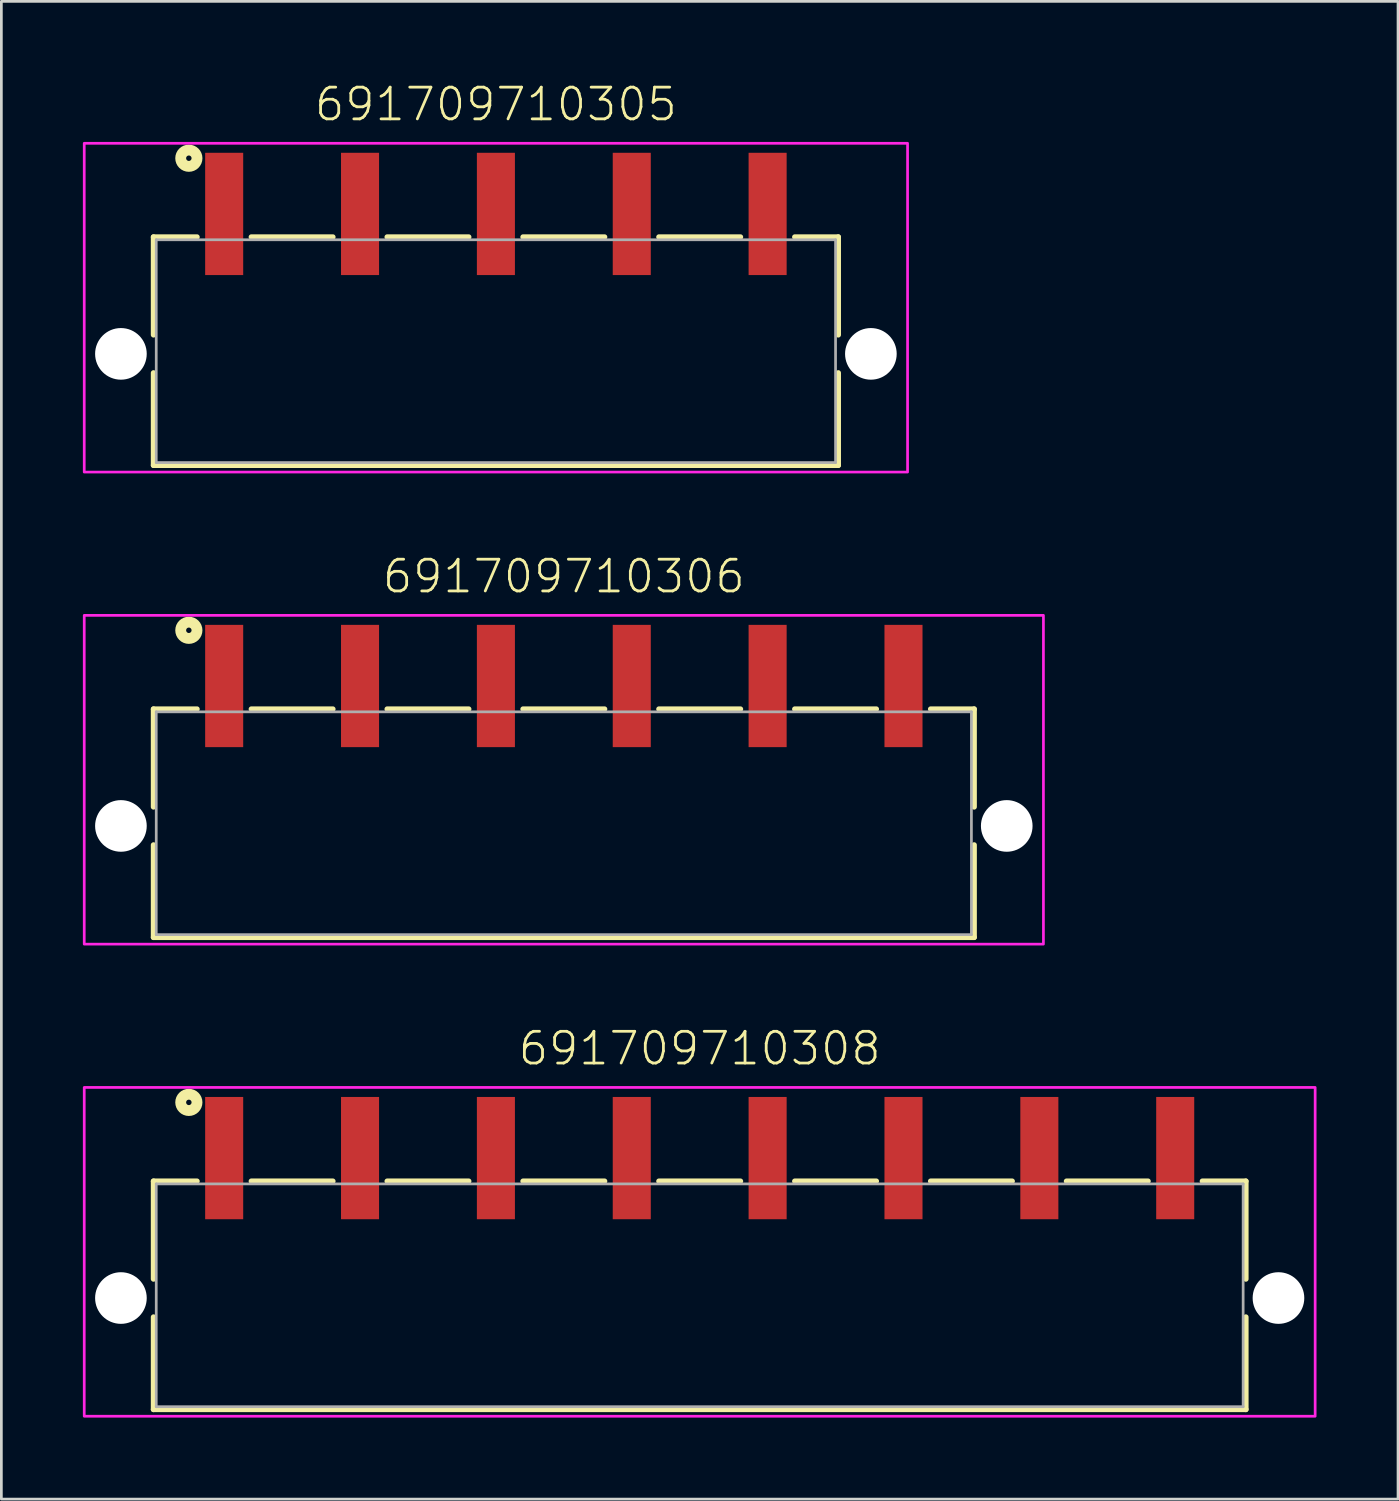
<source format=kicad_pcb>
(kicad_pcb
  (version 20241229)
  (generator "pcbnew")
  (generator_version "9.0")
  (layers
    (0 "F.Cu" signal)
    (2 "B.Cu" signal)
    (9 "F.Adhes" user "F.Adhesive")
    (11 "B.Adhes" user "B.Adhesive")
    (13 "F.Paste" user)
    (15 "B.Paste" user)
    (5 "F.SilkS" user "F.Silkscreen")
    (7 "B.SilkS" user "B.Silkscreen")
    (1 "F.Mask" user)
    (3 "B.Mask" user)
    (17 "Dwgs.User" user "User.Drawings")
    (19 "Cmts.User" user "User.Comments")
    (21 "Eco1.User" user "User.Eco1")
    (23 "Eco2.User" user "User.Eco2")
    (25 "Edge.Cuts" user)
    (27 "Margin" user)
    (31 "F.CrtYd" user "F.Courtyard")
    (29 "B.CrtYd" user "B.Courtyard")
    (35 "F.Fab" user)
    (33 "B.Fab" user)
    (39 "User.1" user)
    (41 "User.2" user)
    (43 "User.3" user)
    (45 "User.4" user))
  (footprint "691709710308"
    (layer "F.Cu")
    (at 22.7 44.72)
    (property "Reference" "691709710308" (at 0 -8.5 0) (unlocked yes) (layer "F.SilkS") (effects (font (size 1.168 1.168) (thickness 0.102)) (justify bottom)))
    (fp_line (start -20.1 -4.3) (end -20.1 -0.7) (stroke (width 0.2) (type solid)) (layer "F.SilkS"))
    (fp_line (start -20.1 0.7) (end -20.1 4.1) (stroke (width 0.2) (type solid)) (layer "F.SilkS"))
    (fp_line (start -20.1 4.1) (end 20.1 4.1) (stroke (width 0.2) (type solid)) (layer "F.SilkS"))
    (fp_line (start -18.5 -4.3) (end -20.1 -4.3) (stroke (width 0.2) (type solid)) (layer "F.SilkS"))
    (fp_line (start -16.5 -4.3) (end -13.5 -4.3) (stroke (width 0.2) (type solid)) (layer "F.SilkS"))
    (fp_line (start -11.5 -4.3) (end -8.5 -4.3) (stroke (width 0.2) (type solid)) (layer "F.SilkS"))
    (fp_line (start -6.5 -4.3) (end -3.5 -4.3) (stroke (width 0.2) (type solid)) (layer "F.SilkS"))
    (fp_line (start -1.5 -4.3) (end 1.5 -4.3) (stroke (width 0.2) (type solid)) (layer "F.SilkS"))
    (fp_line (start 3.5 -4.3) (end 6.5 -4.3) (stroke (width 0.2) (type solid)) (layer "F.SilkS"))
    (fp_line (start 8.5 -4.3) (end 11.5 -4.3) (stroke (width 0.2) (type solid)) (layer "F.SilkS"))
    (fp_line (start 13.5 -4.3) (end 16.5 -4.3) (stroke (width 0.2) (type solid)) (layer "F.SilkS"))
    (fp_line (start 20.1 -4.3) (end 18.5 -4.3) (stroke (width 0.2) (type solid)) (layer "F.SilkS"))
    (fp_line (start 20.1 -0.7) (end 20.1 -4.3) (stroke (width 0.2) (type solid)) (layer "F.SilkS"))
    (fp_line (start 20.1 4.1) (end 20.1 0.7) (stroke (width 0.2) (type solid)) (layer "F.SilkS"))
    (fp_circle (center -18.8 -7.2) (end -18.7 -7.2) (stroke (width 0.4) (type solid)) (fill no) (layer "F.SilkS"))
    (fp_poly (pts (xy 22.65 4.35) (xy -22.65 4.35) (xy -22.65 -7.75) (xy 22.65 -7.75)) (stroke (width 0.1) (type default)) (fill no) (layer "F.CrtYd"))
    (fp_line (start -20 -4.2) (end 20 -4.2) (stroke (width 0.1) (type solid)) (layer "F.Fab"))
    (fp_line (start -20 4) (end -20 -4.2) (stroke (width 0.1) (type solid)) (layer "F.Fab"))
    (fp_line (start 20 -4.2) (end 20 4) (stroke (width 0.1) (type solid)) (layer "F.Fab"))
    (fp_line (start 20 4) (end -20 4) (stroke (width 0.1) (type solid)) (layer "F.Fab"))
    (pad "" np_thru_hole circle (at -21.3 0) (size 1.9 1.9) (drill 1.9) (layers "*.Cu" "*.Mask"))
    (pad "" np_thru_hole circle (at 21.3 0) (size 1.9 1.9) (drill 1.9) (layers "*.Cu" "*.Mask"))
    (pad "1" smd rect (at -17.5 -5.15) (size 1.4 4.5) (layers "F.Cu" "F.Mask" "F.Paste"))
    (pad "2" smd rect (at -12.5 -5.15) (size 1.4 4.5) (layers "F.Cu" "F.Mask" "F.Paste"))
    (pad "3" smd rect (at -7.5 -5.15) (size 1.4 4.5) (layers "F.Cu" "F.Mask" "F.Paste"))
    (pad "4" smd rect (at -2.5 -5.15) (size 1.4 4.5) (layers "F.Cu" "F.Mask" "F.Paste"))
    (pad "5" smd rect (at 2.5 -5.15) (size 1.4 4.5) (layers "F.Cu" "F.Mask" "F.Paste"))
    (pad "6" smd rect (at 7.5 -5.15) (size 1.4 4.5) (layers "F.Cu" "F.Mask" "F.Paste"))
    (pad "7" smd rect (at 12.5 -5.15) (size 1.4 4.5) (layers "F.Cu" "F.Mask" "F.Paste"))
    (pad "8" smd rect (at 17.5 -5.15) (size 1.4 4.5) (layers "F.Cu" "F.Mask" "F.Paste")))
  (footprint "691709710305"
    (layer "F.Cu")
    (at 15.2 9.973)
    (property "Reference" "691709710305" (at 0 -8.5 0) (unlocked yes) (layer "F.SilkS") (effects (font (size 1.168 1.168) (thickness 0.102)) (justify bottom)))
    (fp_line (start -12.6 -4.3) (end -12.6 -0.7) (stroke (width 0.2) (type solid)) (layer "F.SilkS"))
    (fp_line (start -12.6 0.7) (end -12.6 4.1) (stroke (width 0.2) (type solid)) (layer "F.SilkS"))
    (fp_line (start -12.6 4.1) (end 12.6 4.1) (stroke (width 0.2) (type solid)) (layer "F.SilkS"))
    (fp_line (start -11 -4.3) (end -12.6 -4.3) (stroke (width 0.2) (type solid)) (layer "F.SilkS"))
    (fp_line (start -9 -4.3) (end -6 -4.3) (stroke (width 0.2) (type solid)) (layer "F.SilkS"))
    (fp_line (start -4 -4.3) (end -1 -4.3) (stroke (width 0.2) (type solid)) (layer "F.SilkS"))
    (fp_line (start 1 -4.3) (end 4 -4.3) (stroke (width 0.2) (type solid)) (layer "F.SilkS"))
    (fp_line (start 6 -4.3) (end 9 -4.3) (stroke (width 0.2) (type solid)) (layer "F.SilkS"))
    (fp_line (start 12.6 -4.3) (end 11 -4.3) (stroke (width 0.2) (type solid)) (layer "F.SilkS"))
    (fp_line (start 12.6 -0.7) (end 12.6 -4.3) (stroke (width 0.2) (type solid)) (layer "F.SilkS"))
    (fp_line (start 12.6 4.1) (end 12.6 0.7) (stroke (width 0.2) (type solid)) (layer "F.SilkS"))
    (fp_circle (center -11.3 -7.2) (end -11.2 -7.2) (stroke (width 0.4) (type solid)) (fill no) (layer "F.SilkS"))
    (fp_poly (pts (xy 15.15 4.35) (xy -15.15 4.35) (xy -15.15 -7.75) (xy 15.15 -7.75)) (stroke (width 0.1) (type default)) (fill no) (layer "F.CrtYd"))
    (fp_line (start -12.5 -4.2) (end 12.5 -4.2) (stroke (width 0.1) (type solid)) (layer "F.Fab"))
    (fp_line (start -12.5 4) (end -12.5 -4.2) (stroke (width 0.1) (type solid)) (layer "F.Fab"))
    (fp_line (start 12.5 -4.2) (end 12.5 4) (stroke (width 0.1) (type solid)) (layer "F.Fab"))
    (fp_line (start 12.5 4) (end -12.5 4) (stroke (width 0.1) (type solid)) (layer "F.Fab"))
    (pad "" np_thru_hole circle (at -13.8 0) (size 1.9 1.9) (drill 1.9) (layers "*.Cu" "*.Mask"))
    (pad "" np_thru_hole circle (at 13.8 0) (size 1.9 1.9) (drill 1.9) (layers "*.Cu" "*.Mask"))
    (pad "1" smd rect (at -10 -5.15) (size 1.4 4.5) (layers "F.Cu" "F.Mask" "F.Paste"))
    (pad "2" smd rect (at -5 -5.15) (size 1.4 4.5) (layers "F.Cu" "F.Mask" "F.Paste"))
    (pad "3" smd rect (at 0 -5.15) (size 1.4 4.5) (layers "F.Cu" "F.Mask" "F.Paste"))
    (pad "4" smd rect (at 5 -5.15) (size 1.4 4.5) (layers "F.Cu" "F.Mask" "F.Paste"))
    (pad "5" smd rect (at 10 -5.15) (size 1.4 4.5) (layers "F.Cu" "F.Mask" "F.Paste")))
  (footprint "691709710306"
    (layer "F.Cu")
    (at 17.7 27.346)
    (property "Reference" "691709710306" (at 0 -8.5 0) (unlocked yes) (layer "F.SilkS") (effects (font (size 1.168 1.168) (thickness 0.102)) (justify bottom)))
    (fp_line (start -15.1 -4.3) (end -15.1 -0.7) (stroke (width 0.2) (type solid)) (layer "F.SilkS"))
    (fp_line (start -15.1 0.7) (end -15.1 4.1) (stroke (width 0.2) (type solid)) (layer "F.SilkS"))
    (fp_line (start -15.1 4.1) (end 15.1 4.1) (stroke (width 0.2) (type solid)) (layer "F.SilkS"))
    (fp_line (start -13.5 -4.3) (end -15.1 -4.3) (stroke (width 0.2) (type solid)) (layer "F.SilkS"))
    (fp_line (start -11.5 -4.3) (end -8.5 -4.3) (stroke (width 0.2) (type solid)) (layer "F.SilkS"))
    (fp_line (start -6.5 -4.3) (end -3.5 -4.3) (stroke (width 0.2) (type solid)) (layer "F.SilkS"))
    (fp_line (start -1.5 -4.3) (end 1.5 -4.3) (stroke (width 0.2) (type solid)) (layer "F.SilkS"))
    (fp_line (start 3.5 -4.3) (end 6.5 -4.3) (stroke (width 0.2) (type solid)) (layer "F.SilkS"))
    (fp_line (start 8.5 -4.3) (end 11.5 -4.3) (stroke (width 0.2) (type solid)) (layer "F.SilkS"))
    (fp_line (start 15.1 -4.3) (end 13.5 -4.3) (stroke (width 0.2) (type solid)) (layer "F.SilkS"))
    (fp_line (start 15.1 -0.7) (end 15.1 -4.3) (stroke (width 0.2) (type solid)) (layer "F.SilkS"))
    (fp_line (start 15.1 4.1) (end 15.1 0.7) (stroke (width 0.2) (type solid)) (layer "F.SilkS"))
    (fp_circle (center -13.8 -7.2) (end -13.7 -7.2) (stroke (width 0.4) (type solid)) (fill no) (layer "F.SilkS"))
    (fp_poly (pts (xy 17.65 4.35) (xy -17.65 4.35) (xy -17.65 -7.75) (xy 17.65 -7.75)) (stroke (width 0.1) (type default)) (fill no) (layer "F.CrtYd"))
    (fp_line (start -15 -4.2) (end 15 -4.2) (stroke (width 0.1) (type solid)) (layer "F.Fab"))
    (fp_line (start -15 4) (end -15 -4.2) (stroke (width 0.1) (type solid)) (layer "F.Fab"))
    (fp_line (start 15 -4.2) (end 15 4) (stroke (width 0.1) (type solid)) (layer "F.Fab"))
    (fp_line (start 15 4) (end -15 4) (stroke (width 0.1) (type solid)) (layer "F.Fab"))
    (pad "" np_thru_hole circle (at -16.3 0) (size 1.9 1.9) (drill 1.9) (layers "*.Cu" "*.Mask"))
    (pad "" np_thru_hole circle (at 16.3 0) (size 1.9 1.9) (drill 1.9) (layers "*.Cu" "*.Mask"))
    (pad "1" smd rect (at -12.5 -5.15) (size 1.4 4.5) (layers "F.Cu" "F.Mask" "F.Paste"))
    (pad "2" smd rect (at -7.5 -5.15) (size 1.4 4.5) (layers "F.Cu" "F.Mask" "F.Paste"))
    (pad "3" smd rect (at -2.5 -5.15) (size 1.4 4.5) (layers "F.Cu" "F.Mask" "F.Paste"))
    (pad "4" smd rect (at 2.5 -5.15) (size 1.4 4.5) (layers "F.Cu" "F.Mask" "F.Paste"))
    (pad "5" smd rect (at 7.5 -5.15) (size 1.4 4.5) (layers "F.Cu" "F.Mask" "F.Paste"))
    (pad "6" smd rect (at 12.5 -5.15) (size 1.4 4.5) (layers "F.Cu" "F.Mask" "F.Paste")))
  (gr_rect
    (start -3 -3)
    (end 48.4 52.12)
    (stroke (width 0.1) (type default))
    (fill no)
    (layer "Edge.Cuts")))
</source>
